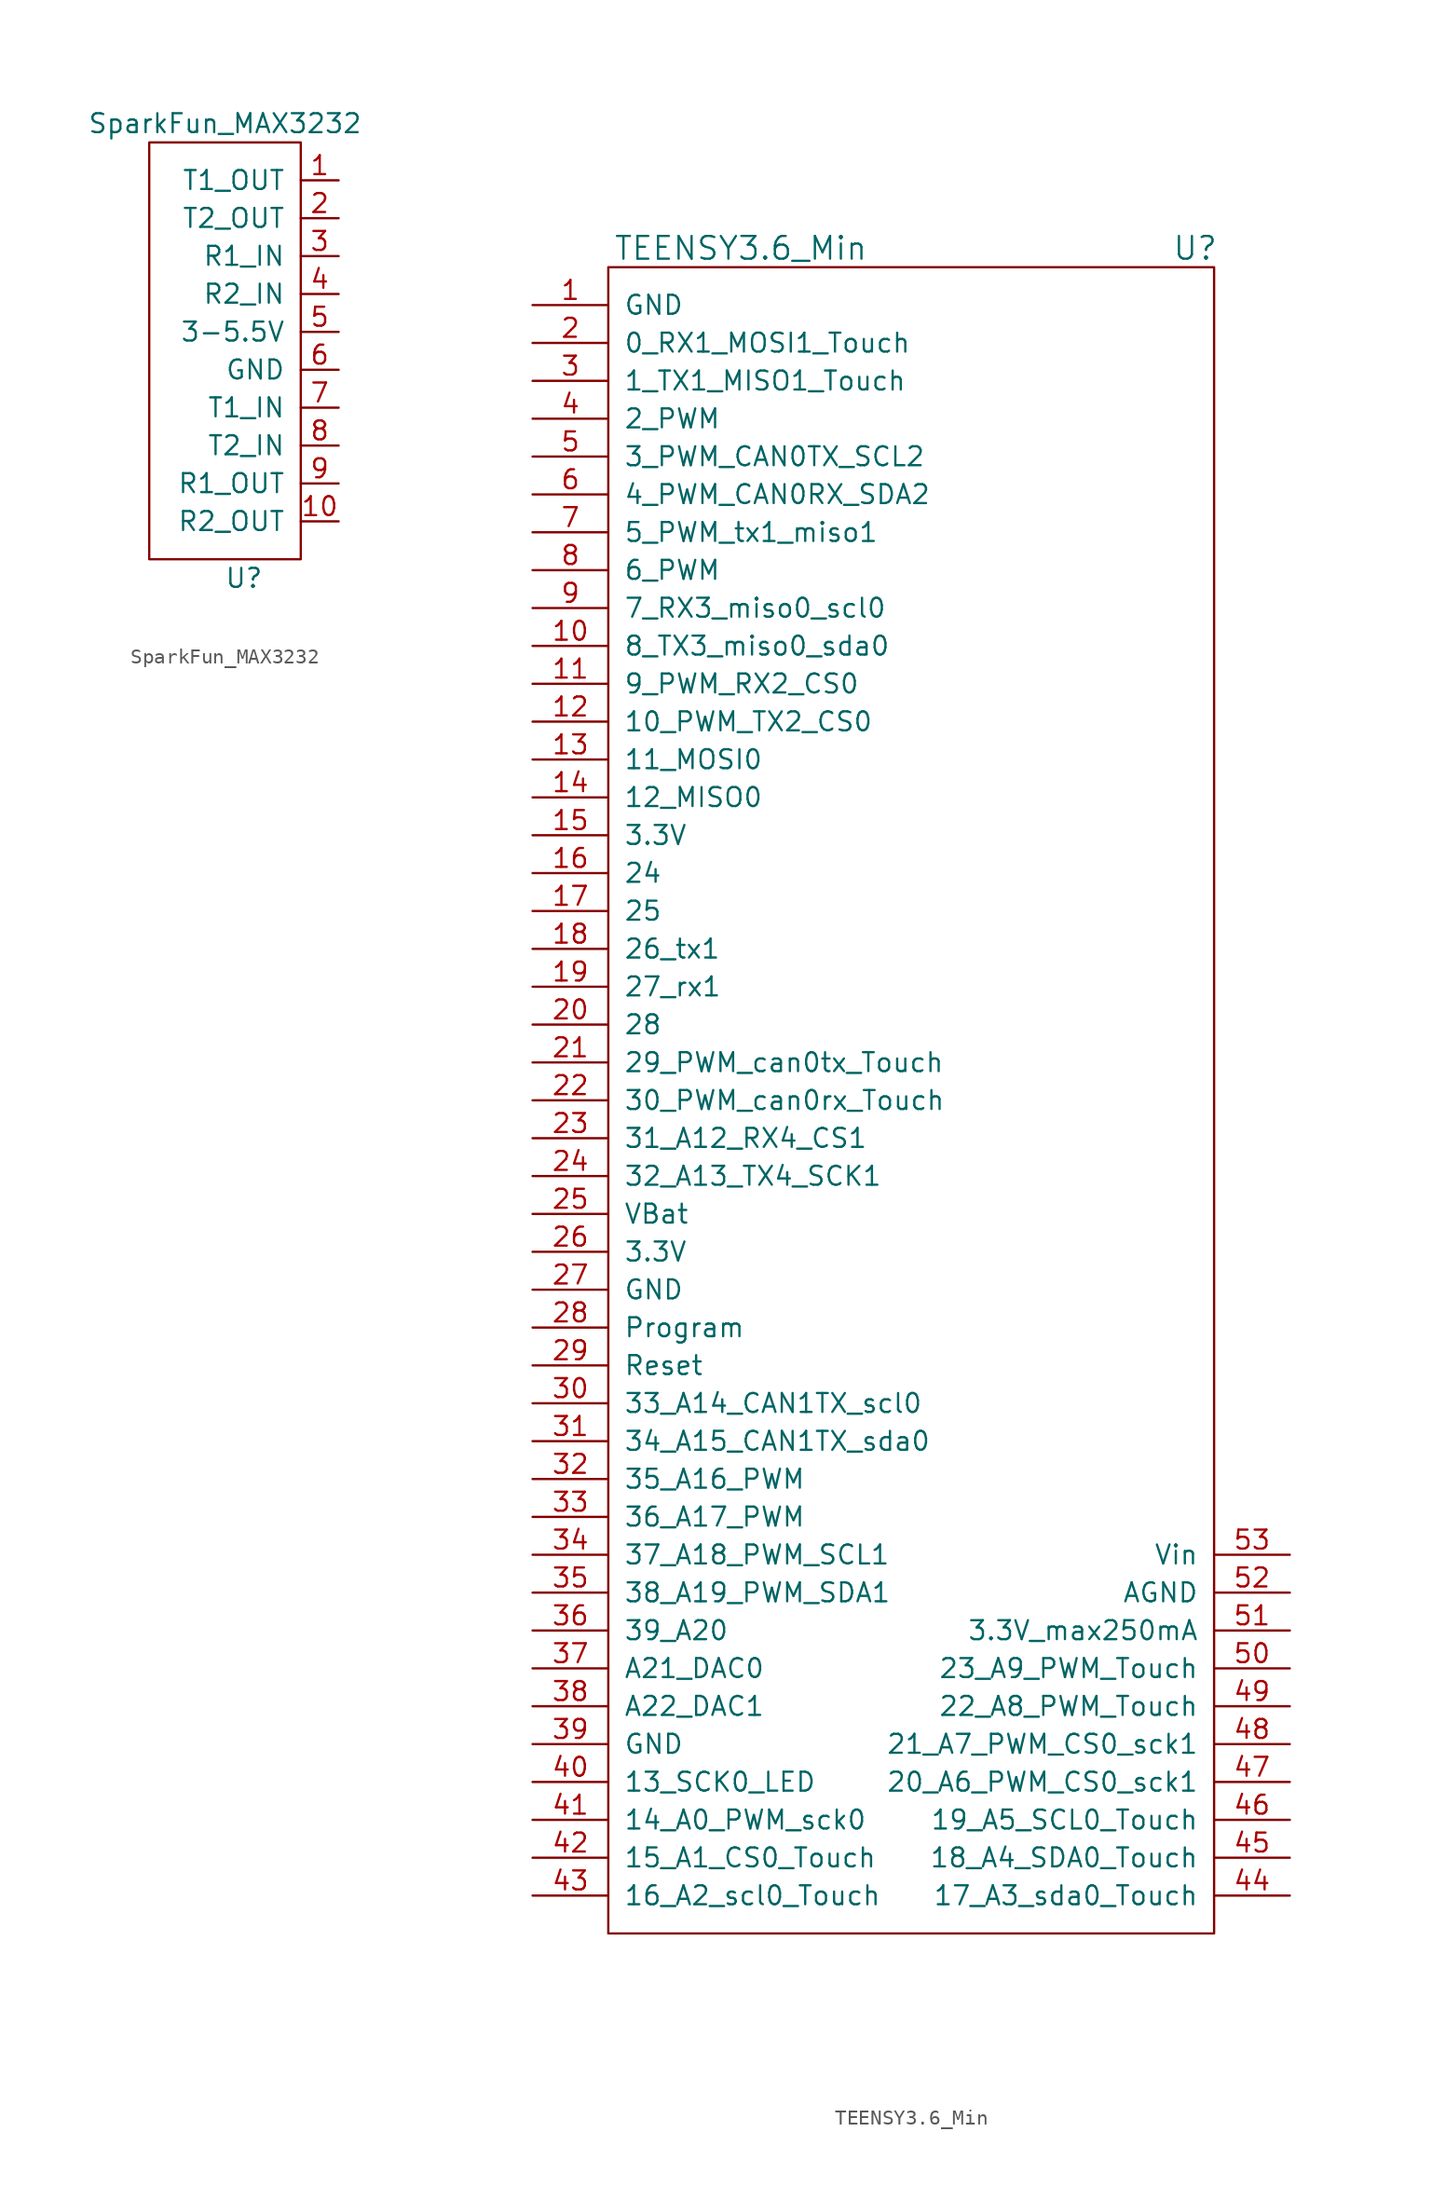
<source format=kicad_sym>
(kicad_symbol_lib
  (version 20211014)
  (generator kicad_symbol_editor)
  (symbol "SparkFun_MAX3232"
    (pin_names
      (offset 1.016))
    (property "Reference" "U"
      (at 1.27 -15.24 0)
      (effects (font (size 1.27 1.27))))
    (property "Value" "SparkFun_MAX3232"
      (at 0 15.24 0)
      (effects (font (size 1.27 1.27))))
    (symbol "SparkFun_MAX3232_0_1"
      (rectangle (start 5.08 13.97) (end -5.08 -13.97) (stroke (width 0) (type default) (color 0 0 0 0)) (fill (type none))))
    (symbol "SparkFun_MAX3232_1_1"
      (pin bidirectional line (at 7.62 11.43 180) (length 2.54) (name "T1_OUT" (effects (font (size 1.27 1.27)))) (number "1" (effects (font (size 1.27 1.27)))))
      (pin bidirectional line (at 7.62 -11.43 180) (length 2.54) (name "R2_OUT" (effects (font (size 1.27 1.27)))) (number "10" (effects (font (size 1.27 1.27)))))
      (pin bidirectional line (at 7.62 8.89 180) (length 2.54) (name "T2_OUT" (effects (font (size 1.27 1.27)))) (number "2" (effects (font (size 1.27 1.27)))))
      (pin bidirectional line (at 7.62 6.35 180) (length 2.54) (name "R1_IN" (effects (font (size 1.27 1.27)))) (number "3" (effects (font (size 1.27 1.27)))))
      (pin bidirectional line (at 7.62 3.81 180) (length 2.54) (name "R2_IN" (effects (font (size 1.27 1.27)))) (number "4" (effects (font (size 1.27 1.27)))))
      (pin bidirectional line (at 7.62 1.27 180) (length 2.54) (name "3-5.5V" (effects (font (size 1.27 1.27)))) (number "5" (effects (font (size 1.27 1.27)))))
      (pin bidirectional line (at 7.62 -1.27 180) (length 2.54) (name "GND" (effects (font (size 1.27 1.27)))) (number "6" (effects (font (size 1.27 1.27)))))
      (pin bidirectional line (at 7.62 -3.81 180) (length 2.54) (name "T1_IN" (effects (font (size 1.27 1.27)))) (number "7" (effects (font (size 1.27 1.27)))))
      (pin bidirectional line (at 7.62 -6.35 180) (length 2.54) (name "T2_IN" (effects (font (size 1.27 1.27)))) (number "8" (effects (font (size 1.27 1.27)))))
      (pin bidirectional line (at 7.62 -8.89 180) (length 2.54) (name "R1_OUT" (effects (font (size 1.27 1.27)))) (number "9" (effects (font (size 1.27 1.27)))))))
  (symbol "TEENSY3.6_Min"
    (pin_names
      (offset 1.016))
    (property "Reference" "U"
      (at 20.32 57.15 0)
      (effects (font (size 1.524 1.524))))
    (property "Value" "TEENSY3.6_Min"
      (at -10.16 57.15 0)
      (effects (font (size 1.524 1.524))))
    (symbol "TEENSY3.6_Min_1_1"
      (rectangle (start -19.05 55.88) (end 21.59 -55.88) (stroke (width 0) (type default) (color 0 0 0 0)) (fill (type none)))
      (pin power_in line (at -24.13 53.34 0) (length 5.08) (name "GND" (effects (font (size 1.27 1.27)))) (number "1" (effects (font (size 1.27 1.27)))))
      (pin bidirectional line (at -24.13 30.48 0) (length 5.08) (name "8_TX3_miso0_sda0" (effects (font (size 1.27 1.27)))) (number "10" (effects (font (size 1.27 1.27)))))
      (pin bidirectional line (at -24.13 27.94 0) (length 5.08) (name "9_PWM_RX2_CS0" (effects (font (size 1.27 1.27)))) (number "11" (effects (font (size 1.27 1.27)))))
      (pin bidirectional line (at -24.13 25.4 0) (length 5.08) (name "10_PWM_TX2_CS0" (effects (font (size 1.27 1.27)))) (number "12" (effects (font (size 1.27 1.27)))))
      (pin bidirectional line (at -24.13 22.86 0) (length 5.08) (name "11_MOSI0" (effects (font (size 1.27 1.27)))) (number "13" (effects (font (size 1.27 1.27)))))
      (pin bidirectional line (at -24.13 20.32 0) (length 5.08) (name "12_MISO0" (effects (font (size 1.27 1.27)))) (number "14" (effects (font (size 1.27 1.27)))))
      (pin power_in line (at -24.13 17.78 0) (length 5.08) (name "3.3V" (effects (font (size 1.27 1.27)))) (number "15" (effects (font (size 1.27 1.27)))))
      (pin bidirectional line (at -24.13 15.24 0) (length 5.08) (name "24" (effects (font (size 1.27 1.27)))) (number "16" (effects (font (size 1.27 1.27)))))
      (pin bidirectional line (at -24.13 12.7 0) (length 5.08) (name "25" (effects (font (size 1.27 1.27)))) (number "17" (effects (font (size 1.27 1.27)))))
      (pin bidirectional line (at -24.13 10.16 0) (length 5.08) (name "26_tx1" (effects (font (size 1.27 1.27)))) (number "18" (effects (font (size 1.27 1.27)))))
      (pin bidirectional line (at -24.13 7.62 0) (length 5.08) (name "27_rx1" (effects (font (size 1.27 1.27)))) (number "19" (effects (font (size 1.27 1.27)))))
      (pin bidirectional line (at -24.13 50.8 0) (length 5.08) (name "0_RX1_MOSI1_Touch" (effects (font (size 1.27 1.27)))) (number "2" (effects (font (size 1.27 1.27)))))
      (pin bidirectional line (at -24.13 5.08 0) (length 5.08) (name "28" (effects (font (size 1.27 1.27)))) (number "20" (effects (font (size 1.27 1.27)))))
      (pin bidirectional line (at -24.13 2.54 0) (length 5.08) (name "29_PWM_can0tx_Touch" (effects (font (size 1.27 1.27)))) (number "21" (effects (font (size 1.27 1.27)))))
      (pin bidirectional line (at -24.13 0 0) (length 5.08) (name "30_PWM_can0rx_Touch" (effects (font (size 1.27 1.27)))) (number "22" (effects (font (size 1.27 1.27)))))
      (pin bidirectional line (at -24.13 -2.54 0) (length 5.08) (name "31_A12_RX4_CS1" (effects (font (size 1.27 1.27)))) (number "23" (effects (font (size 1.27 1.27)))))
      (pin bidirectional line (at -24.13 -5.08 0) (length 5.08) (name "32_A13_TX4_SCK1" (effects (font (size 1.27 1.27)))) (number "24" (effects (font (size 1.27 1.27)))))
      (pin power_in line (at -24.13 -7.62 0) (length 5.08) (name "VBat" (effects (font (size 1.27 1.27)))) (number "25" (effects (font (size 1.27 1.27)))))
      (pin power_in line (at -24.13 -10.16 0) (length 5.08) (name "3.3V" (effects (font (size 1.27 1.27)))) (number "26" (effects (font (size 1.27 1.27)))))
      (pin power_in line (at -24.13 -12.7 0) (length 5.08) (name "GND" (effects (font (size 1.27 1.27)))) (number "27" (effects (font (size 1.27 1.27)))))
      (pin input line (at -24.13 -15.24 0) (length 5.08) (name "Program" (effects (font (size 1.27 1.27)))) (number "28" (effects (font (size 1.27 1.27)))))
      (pin input line (at -24.13 -17.78 0) (length 5.08) (name "Reset" (effects (font (size 1.27 1.27)))) (number "29" (effects (font (size 1.27 1.27)))))
      (pin bidirectional line (at -24.13 48.26 0) (length 5.08) (name "1_TX1_MISO1_Touch" (effects (font (size 1.27 1.27)))) (number "3" (effects (font (size 1.27 1.27)))))
      (pin bidirectional line (at -24.13 -20.32 0) (length 5.08) (name "33_A14_CAN1TX_scl0" (effects (font (size 1.27 1.27)))) (number "30" (effects (font (size 1.27 1.27)))))
      (pin bidirectional line (at -24.13 -22.86 0) (length 5.08) (name "34_A15_CAN1TX_sda0" (effects (font (size 1.27 1.27)))) (number "31" (effects (font (size 1.27 1.27)))))
      (pin bidirectional line (at -24.13 -25.4 0) (length 5.08) (name "35_A16_PWM" (effects (font (size 1.27 1.27)))) (number "32" (effects (font (size 1.27 1.27)))))
      (pin bidirectional line (at -24.13 -27.94 0) (length 5.08) (name "36_A17_PWM" (effects (font (size 1.27 1.27)))) (number "33" (effects (font (size 1.27 1.27)))))
      (pin bidirectional line (at -24.13 -30.48 0) (length 5.08) (name "37_A18_PWM_SCL1" (effects (font (size 1.27 1.27)))) (number "34" (effects (font (size 1.27 1.27)))))
      (pin bidirectional line (at -24.13 -33.02 0) (length 5.08) (name "38_A19_PWM_SDA1" (effects (font (size 1.27 1.27)))) (number "35" (effects (font (size 1.27 1.27)))))
      (pin bidirectional line (at -24.13 -35.56 0) (length 5.08) (name "39_A20" (effects (font (size 1.27 1.27)))) (number "36" (effects (font (size 1.27 1.27)))))
      (pin bidirectional line (at -24.13 -38.1 0) (length 5.08) (name "A21_DAC0" (effects (font (size 1.27 1.27)))) (number "37" (effects (font (size 1.27 1.27)))))
      (pin bidirectional line (at -24.13 -40.64 0) (length 5.08) (name "A22_DAC1" (effects (font (size 1.27 1.27)))) (number "38" (effects (font (size 1.27 1.27)))))
      (pin power_in line (at -24.13 -43.18 0) (length 5.08) (name "GND" (effects (font (size 1.27 1.27)))) (number "39" (effects (font (size 1.27 1.27)))))
      (pin bidirectional line (at -24.13 45.72 0) (length 5.08) (name "2_PWM" (effects (font (size 1.27 1.27)))) (number "4" (effects (font (size 1.27 1.27)))))
      (pin bidirectional line (at -24.13 -45.72 0) (length 5.08) (name "13_SCK0_LED" (effects (font (size 1.27 1.27)))) (number "40" (effects (font (size 1.27 1.27)))))
      (pin bidirectional line (at -24.13 -48.26 0) (length 5.08) (name "14_A0_PWM_sck0" (effects (font (size 1.27 1.27)))) (number "41" (effects (font (size 1.27 1.27)))))
      (pin bidirectional line (at -24.13 -50.8 0) (length 5.08) (name "15_A1_CS0_Touch" (effects (font (size 1.27 1.27)))) (number "42" (effects (font (size 1.27 1.27)))))
      (pin bidirectional line (at -24.13 -53.34 0) (length 5.08) (name "16_A2_scl0_Touch" (effects (font (size 1.27 1.27)))) (number "43" (effects (font (size 1.27 1.27)))))
      (pin bidirectional line (at 26.67 -53.34 180) (length 5.08) (name "17_A3_sda0_Touch" (effects (font (size 1.27 1.27)))) (number "44" (effects (font (size 1.27 1.27)))))
      (pin bidirectional line (at 26.67 -50.8 180) (length 5.08) (name "18_A4_SDA0_Touch" (effects (font (size 1.27 1.27)))) (number "45" (effects (font (size 1.27 1.27)))))
      (pin bidirectional line (at 26.67 -48.26 180) (length 5.08) (name "19_A5_SCL0_Touch" (effects (font (size 1.27 1.27)))) (number "46" (effects (font (size 1.27 1.27)))))
      (pin bidirectional line (at 26.67 -45.72 180) (length 5.08) (name "20_A6_PWM_CS0_sck1" (effects (font (size 1.27 1.27)))) (number "47" (effects (font (size 1.27 1.27)))))
      (pin bidirectional line (at 26.67 -43.18 180) (length 5.08) (name "21_A7_PWM_CS0_sck1" (effects (font (size 1.27 1.27)))) (number "48" (effects (font (size 1.27 1.27)))))
      (pin bidirectional line (at 26.67 -40.64 180) (length 5.08) (name "22_A8_PWM_Touch" (effects (font (size 1.27 1.27)))) (number "49" (effects (font (size 1.27 1.27)))))
      (pin bidirectional line (at -24.13 43.18 0) (length 5.08) (name "3_PWM_CAN0TX_SCL2" (effects (font (size 1.27 1.27)))) (number "5" (effects (font (size 1.27 1.27)))))
      (pin bidirectional line (at 26.67 -38.1 180) (length 5.08) (name "23_A9_PWM_Touch" (effects (font (size 1.27 1.27)))) (number "50" (effects (font (size 1.27 1.27)))))
      (pin power_out line (at 26.67 -35.56 180) (length 5.08) (name "3.3V_max250mA" (effects (font (size 1.27 1.27)))) (number "51" (effects (font (size 1.27 1.27)))))
      (pin power_out line (at 26.67 -33.02 180) (length 5.08) (name "AGND" (effects (font (size 1.27 1.27)))) (number "52" (effects (font (size 1.27 1.27)))))
      (pin power_in line (at 26.67 -30.48 180) (length 5.08) (name "Vin" (effects (font (size 1.27 1.27)))) (number "53" (effects (font (size 1.27 1.27)))))
      (pin bidirectional line (at -24.13 40.64 0) (length 5.08) (name "4_PWM_CAN0RX_SDA2" (effects (font (size 1.27 1.27)))) (number "6" (effects (font (size 1.27 1.27)))))
      (pin bidirectional line (at -24.13 38.1 0) (length 5.08) (name "5_PWM_tx1_miso1" (effects (font (size 1.27 1.27)))) (number "7" (effects (font (size 1.27 1.27)))))
      (pin bidirectional line (at -24.13 35.56 0) (length 5.08) (name "6_PWM" (effects (font (size 1.27 1.27)))) (number "8" (effects (font (size 1.27 1.27)))))
      (pin bidirectional line (at -24.13 33.02 0) (length 5.08) (name "7_RX3_miso0_scl0" (effects (font (size 1.27 1.27)))) (number "9" (effects (font (size 1.27 1.27))))))))
</source>
